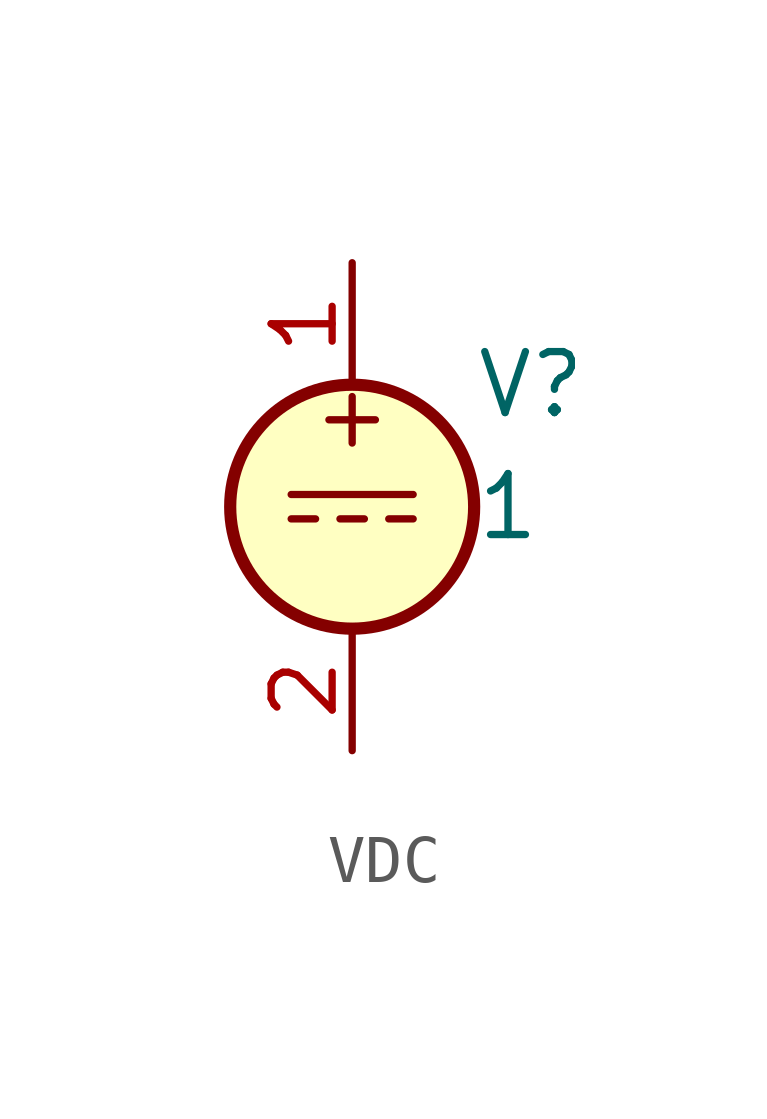
<source format=kicad_sym>
(kicad_symbol_lib
  (version 20231120)
  (generator "kicad_symbol_editor")
  (generator_version "8.0")
  (symbol "VDC"
    (pin_names
      (offset 0.025) hide)
    (property "Reference" "V"
      (at 2.54 2.54 0)
      (effects (font (size 1.27 1.27)) (justify left)))
    (property "Value" "1"
      (at 2.54 0 0)
      (effects (font (size 1.27 1.27)) (justify left)))
    (symbol "VDC_0_0"
      (polyline (pts (xy -1.27 0.254) (xy 1.27 0.254)) (stroke (width 0) (type default)) (fill (type none)))
      (polyline (pts (xy -0.762 -0.254) (xy -1.27 -0.254)) (stroke (width 0) (type default)) (fill (type none)))
      (polyline (pts (xy 0.254 -0.254) (xy -0.254 -0.254)) (stroke (width 0) (type default)) (fill (type none)))
      (polyline (pts (xy 1.27 -0.254) (xy 0.762 -0.254)) (stroke (width 0) (type default)) (fill (type none)))
      (text "+" (at 0 1.905 0) (effects (font (size 1.27 1.27)))))
    (symbol "VDC_0_1"
      (circle (center 0 0) (radius 2.54) (stroke (width 0.254) (type default)) (fill (type background))))
    (symbol "VDC_1_1"
      (pin passive line (at 0 5.08 270) (length 2.54) (name "~" (effects (font (size 1.27 1.27)))) (number "1" (effects (font (size 1.27 1.27)))))
      (pin passive line (at 0 -5.08 90) (length 2.54) (name "~" (effects (font (size 1.27 1.27)))) (number "2" (effects (font (size 1.27 1.27))))))))
</source>
